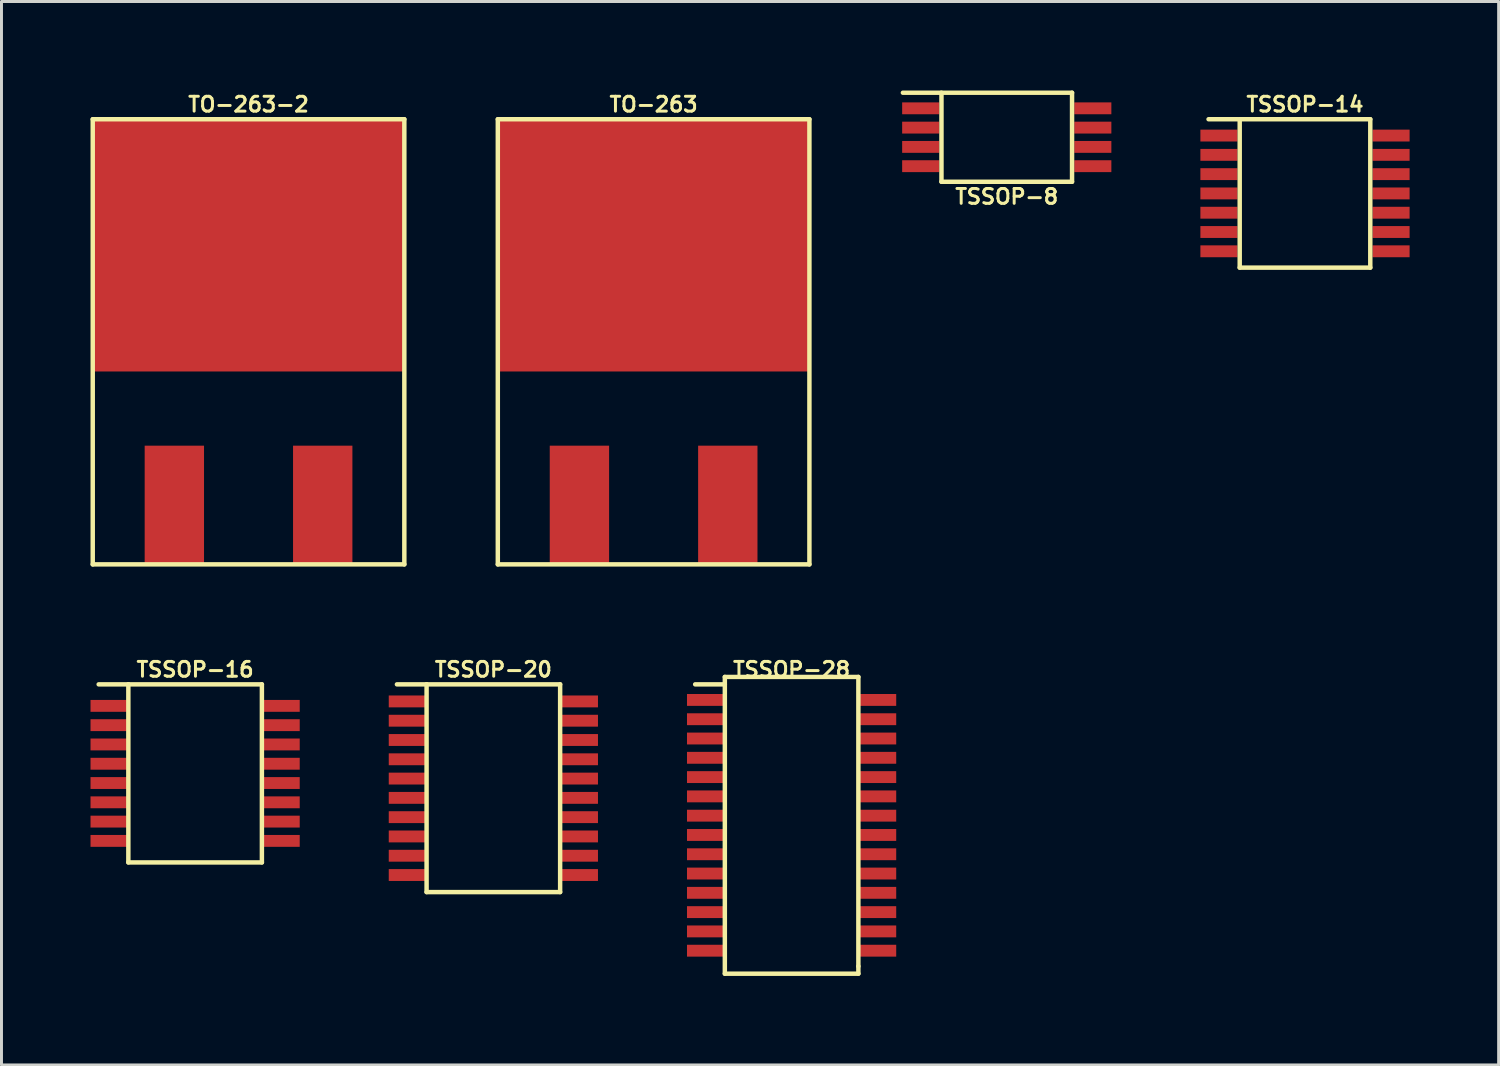
<source format=kicad_pcb>
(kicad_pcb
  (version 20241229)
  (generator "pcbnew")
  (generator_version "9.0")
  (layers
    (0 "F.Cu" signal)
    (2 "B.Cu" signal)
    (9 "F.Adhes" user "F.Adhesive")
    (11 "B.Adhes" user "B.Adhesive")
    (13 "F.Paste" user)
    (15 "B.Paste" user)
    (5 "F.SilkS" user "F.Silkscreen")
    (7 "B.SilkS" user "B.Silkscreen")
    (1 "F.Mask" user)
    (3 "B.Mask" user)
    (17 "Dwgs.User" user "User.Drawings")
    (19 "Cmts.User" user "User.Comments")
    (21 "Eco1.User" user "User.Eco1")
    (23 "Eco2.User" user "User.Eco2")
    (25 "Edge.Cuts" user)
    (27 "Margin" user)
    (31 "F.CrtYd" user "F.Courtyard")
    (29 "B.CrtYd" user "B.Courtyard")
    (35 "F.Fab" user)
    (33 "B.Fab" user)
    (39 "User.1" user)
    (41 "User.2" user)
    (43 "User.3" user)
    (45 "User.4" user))
  (footprint "TSSOP-20"
    (layer "F.Cu")
    (at 13.575 23.511)
    (property "Reference" "TSSOP-20" (at 0 -4 0) (layer "F.SilkS") (effects (font (size 0.5 0.5) (thickness 0.1))))
    (attr through_hole)
    (fp_line (start -2.25 -3.5) (end -3.25 -3.5) (stroke (width 0.15) (type solid)) (layer "F.SilkS"))
    (fp_line (start -2.25 -3.5) (end 2.25 -3.5) (stroke (width 0.15) (type solid)) (layer "F.SilkS"))
    (fp_line (start -2.25 3.5) (end -2.25 -3.5) (stroke (width 0.15) (type solid)) (layer "F.SilkS"))
    (fp_line (start -2.25 3.5) (end 2.25 3.5) (stroke (width 0.15) (type solid)) (layer "F.SilkS"))
    (fp_line (start 2.25 -3.5) (end 2.25 3.5) (stroke (width 0.15) (type solid)) (layer "F.SilkS"))
    (pad "1" smd rect (at -2.9 -2.925) (size 1.25 0.4) (layers "F.Cu" "F.Mask" "F.Paste"))
    (pad "2" smd rect (at -2.9 -2.275) (size 1.25 0.4) (layers "F.Cu" "F.Mask" "F.Paste"))
    (pad "3" smd rect (at -2.9 -1.625) (size 1.25 0.4) (layers "F.Cu" "F.Mask" "F.Paste"))
    (pad "4" smd rect (at -2.9 -0.975) (size 1.25 0.4) (layers "F.Cu" "F.Mask" "F.Paste"))
    (pad "5" smd rect (at -2.9 -0.325) (size 1.25 0.4) (layers "F.Cu" "F.Mask" "F.Paste"))
    (pad "6" smd rect (at -2.9 0.325) (size 1.25 0.4) (layers "F.Cu" "F.Mask" "F.Paste"))
    (pad "7" smd rect (at -2.9 0.975) (size 1.25 0.4) (layers "F.Cu" "F.Mask" "F.Paste"))
    (pad "8" smd rect (at -2.9 1.625) (size 1.25 0.4) (layers "F.Cu" "F.Mask" "F.Paste"))
    (pad "9" smd rect (at -2.9 2.275) (size 1.25 0.4) (layers "F.Cu" "F.Mask" "F.Paste"))
    (pad "10" smd rect (at -2.9 2.925) (size 1.25 0.4) (layers "F.Cu" "F.Mask" "F.Paste"))
    (pad "11" smd rect (at 2.9 2.925) (size 1.25 0.4) (layers "F.Cu" "F.Mask" "F.Paste"))
    (pad "12" smd rect (at 2.9 2.275) (size 1.25 0.4) (layers "F.Cu" "F.Mask" "F.Paste"))
    (pad "13" smd rect (at 2.9 1.625) (size 1.25 0.4) (layers "F.Cu" "F.Mask" "F.Paste"))
    (pad "14" smd rect (at 2.9 0.975) (size 1.25 0.4) (layers "F.Cu" "F.Mask" "F.Paste"))
    (pad "15" smd rect (at 2.9 0.325) (size 1.25 0.4) (layers "F.Cu" "F.Mask" "F.Paste"))
    (pad "16" smd rect (at 2.9 -0.325) (size 1.25 0.4) (layers "F.Cu" "F.Mask" "F.Paste"))
    (pad "17" smd rect (at 2.9 -0.975) (size 1.25 0.4) (layers "F.Cu" "F.Mask" "F.Paste"))
    (pad "18" smd rect (at 2.9 -1.625) (size 1.25 0.4) (layers "F.Cu" "F.Mask" "F.Paste"))
    (pad "19" smd rect (at 2.9 -2.275) (size 1.25 0.4) (layers "F.Cu" "F.Mask" "F.Paste"))
    (pad "20" smd rect (at 2.9 -2.925) (size 1.25 0.4) (layers "F.Cu" "F.Mask" "F.Paste")))
  (footprint "TSSOP-28"
    (layer "F.Cu")
    (at 23.625 24.761)
    (property "Reference" "TSSOP-28" (at 0 -5.25 0) (layer "F.SilkS") (effects (font (size 0.5 0.5) (thickness 0.1))))
    (attr through_hole)
    (fp_line (start -2.25 -5) (end 2.25 -5) (stroke (width 0.15) (type solid)) (layer "F.SilkS"))
    (fp_line (start -2.25 -4.75) (end -3.25 -4.75) (stroke (width 0.15) (type solid)) (layer "F.SilkS"))
    (fp_line (start -2.25 5) (end -2.25 -5) (stroke (width 0.15) (type solid)) (layer "F.SilkS"))
    (fp_line (start -2.25 5) (end 2.25 5) (stroke (width 0.15) (type solid)) (layer "F.SilkS"))
    (fp_line (start 2.25 -5) (end 2.25 4.75) (stroke (width 0.15) (type solid)) (layer "F.SilkS"))
    (fp_line (start 2.25 4.75) (end 2.25 5) (stroke (width 0.15) (type solid)) (layer "F.SilkS"))
    (pad "1" smd rect (at -2.9 -4.225) (size 1.25 0.4) (layers "F.Cu" "F.Mask" "F.Paste"))
    (pad "2" smd rect (at -2.9 -3.575) (size 1.25 0.4) (layers "F.Cu" "F.Mask" "F.Paste"))
    (pad "3" smd rect (at -2.9 -2.925) (size 1.25 0.4) (layers "F.Cu" "F.Mask" "F.Paste"))
    (pad "4" smd rect (at -2.9 -2.275) (size 1.25 0.4) (layers "F.Cu" "F.Mask" "F.Paste"))
    (pad "5" smd rect (at -2.9 -1.625) (size 1.25 0.4) (layers "F.Cu" "F.Mask" "F.Paste"))
    (pad "6" smd rect (at -2.9 -0.975) (size 1.25 0.4) (layers "F.Cu" "F.Mask" "F.Paste"))
    (pad "7" smd rect (at -2.9 -0.325) (size 1.25 0.4) (layers "F.Cu" "F.Mask" "F.Paste"))
    (pad "8" smd rect (at -2.9 0.325) (size 1.25 0.4) (layers "F.Cu" "F.Mask" "F.Paste"))
    (pad "9" smd rect (at -2.9 0.975) (size 1.25 0.4) (layers "F.Cu" "F.Mask" "F.Paste"))
    (pad "10" smd rect (at -2.9 1.625) (size 1.25 0.4) (layers "F.Cu" "F.Mask" "F.Paste"))
    (pad "11" smd rect (at -2.9 2.275) (size 1.25 0.4) (layers "F.Cu" "F.Mask" "F.Paste"))
    (pad "12" smd rect (at -2.9 2.925) (size 1.25 0.4) (layers "F.Cu" "F.Mask" "F.Paste"))
    (pad "13" smd rect (at -2.9 3.575) (size 1.25 0.4) (layers "F.Cu" "F.Mask" "F.Paste"))
    (pad "14" smd rect (at -2.9 4.225) (size 1.25 0.4) (layers "F.Cu" "F.Mask" "F.Paste"))
    (pad "15" smd rect (at 2.9 4.225) (size 1.25 0.4) (layers "F.Cu" "F.Mask" "F.Paste"))
    (pad "16" smd rect (at 2.9 3.575) (size 1.25 0.4) (layers "F.Cu" "F.Mask" "F.Paste"))
    (pad "17" smd rect (at 2.9 2.925) (size 1.25 0.4) (layers "F.Cu" "F.Mask" "F.Paste"))
    (pad "18" smd rect (at 2.9 2.275) (size 1.25 0.4) (layers "F.Cu" "F.Mask" "F.Paste"))
    (pad "19" smd rect (at 2.9 1.625) (size 1.25 0.4) (layers "F.Cu" "F.Mask" "F.Paste"))
    (pad "20" smd rect (at 2.9 0.975) (size 1.25 0.4) (layers "F.Cu" "F.Mask" "F.Paste"))
    (pad "21" smd rect (at 2.9 0.325) (size 1.25 0.4) (layers "F.Cu" "F.Mask" "F.Paste"))
    (pad "22" smd rect (at 2.9 -0.325) (size 1.25 0.4) (layers "F.Cu" "F.Mask" "F.Paste"))
    (pad "23" smd rect (at 2.9 -0.975) (size 1.25 0.4) (layers "F.Cu" "F.Mask" "F.Paste"))
    (pad "24" smd rect (at 2.9 -1.625) (size 1.25 0.4) (layers "F.Cu" "F.Mask" "F.Paste"))
    (pad "25" smd rect (at 2.9 -2.275) (size 1.25 0.4) (layers "F.Cu" "F.Mask" "F.Paste"))
    (pad "26" smd rect (at 2.9 -2.925) (size 1.25 0.4) (layers "F.Cu" "F.Mask" "F.Paste"))
    (pad "27" smd rect (at 2.9 -3.575) (size 1.25 0.4) (layers "F.Cu" "F.Mask" "F.Paste"))
    (pad "28" smd rect (at 2.9 -4.225) (size 1.25 0.4) (layers "F.Cu" "F.Mask" "F.Paste")))
  (footprint "TO-263-2"
    (layer "F.Cu")
    (at 5.325 8.468)
    (property "Reference" "TO-263-2" (at 0 -8 0) (layer "F.SilkS") (effects (font (size 0.5 0.5) (thickness 0.1))))
    (attr through_hole)
    (fp_line (start -5.25 -7.5) (end -5.25 7.5) (stroke (width 0.15) (type solid)) (layer "F.SilkS"))
    (fp_line (start -5.25 7.5) (end 5.25 7.5) (stroke (width 0.15) (type solid)) (layer "F.SilkS"))
    (fp_line (start 5.25 -7.5) (end -5.25 -7.5) (stroke (width 0.15) (type solid)) (layer "F.SilkS"))
    (fp_line (start 5.25 -7.5) (end 5.25 7.5) (stroke (width 0.15) (type solid)) (layer "F.SilkS"))
    (pad "1" smd rect (at -2.5 5.5) (size 2 4) (layers "F.Cu" "F.Mask" "F.Paste"))
    (pad "2" smd rect (at 2.5 5.5) (size 2 4) (layers "F.Cu" "F.Mask" "F.Paste"))
    (pad "K" smd rect (at 0 -3.25) (size 10.5 8.5) (layers "F.Cu" "F.Mask" "F.Paste")))
  (footprint "TSSOP-8"
    (layer "F.Cu")
    (at 30.875 1.575)
    (property "Reference" "TSSOP-8" (at 0 2 0) (layer "F.SilkS") (effects (font (size 0.5 0.5) (thickness 0.1))))
    (attr through_hole)
    (fp_line (start -2.25 -1.5) (end -3.5 -1.5) (stroke (width 0.15) (type solid)) (layer "F.SilkS"))
    (fp_line (start -2.2 -1.5) (end -2.2 1.5) (stroke (width 0.15) (type solid)) (layer "F.SilkS"))
    (fp_line (start -2.2 1.5) (end 2.2 1.5) (stroke (width 0.15) (type solid)) (layer "F.SilkS"))
    (fp_line (start 2.2 -1.5) (end -2.2 -1.5) (stroke (width 0.15) (type solid)) (layer "F.SilkS"))
    (fp_line (start 2.2 1.5) (end 2.2 -1.5) (stroke (width 0.15) (type solid)) (layer "F.SilkS"))
    (pad "1" smd rect (at -2.9 -0.975) (size 1.25 0.4) (layers "F.Cu" "F.Mask" "F.Paste"))
    (pad "2" smd rect (at -2.9 -0.325) (size 1.25 0.4) (layers "F.Cu" "F.Mask" "F.Paste"))
    (pad "3" smd rect (at -2.9 0.325) (size 1.25 0.4) (layers "F.Cu" "F.Mask" "F.Paste"))
    (pad "4" smd rect (at -2.9 0.975) (size 1.25 0.4) (layers "F.Cu" "F.Mask" "F.Paste"))
    (pad "5" smd rect (at 2.9 0.975) (size 1.25 0.4) (layers "F.Cu" "F.Mask" "F.Paste"))
    (pad "6" smd rect (at 2.9 0.325) (size 1.25 0.4) (layers "F.Cu" "F.Mask" "F.Paste"))
    (pad "7" smd rect (at 2.9 -0.325) (size 1.25 0.4) (layers "F.Cu" "F.Mask" "F.Paste"))
    (pad "8" smd rect (at 2.9 -0.975) (size 1.25 0.4) (layers "F.Cu" "F.Mask" "F.Paste")))
  (footprint "TSSOP-14"
    (layer "F.Cu")
    (at 40.925 3.468)
    (property "Reference" "TSSOP-14" (at 0 -3 0) (layer "F.SilkS") (effects (font (size 0.5 0.5) (thickness 0.1))))
    (attr through_hole)
    (fp_line (start -2.25 -2.5) (end -3.25 -2.5) (stroke (width 0.15) (type solid)) (layer "F.SilkS"))
    (fp_line (start -2.2 -2.5) (end -2.2 2.5) (stroke (width 0.15) (type solid)) (layer "F.SilkS"))
    (fp_line (start -2.2 -2.5) (end 2.2 -2.5) (stroke (width 0.15) (type solid)) (layer "F.SilkS"))
    (fp_line (start -2.2 2.5) (end 2.2 2.5) (stroke (width 0.15) (type solid)) (layer "F.SilkS"))
    (fp_line (start 2.2 -2.5) (end 2.2 2.5) (stroke (width 0.15) (type solid)) (layer "F.SilkS"))
    (pad "1" smd rect (at -2.9 -1.95) (size 1.25 0.4) (layers "F.Cu" "F.Mask" "F.Paste"))
    (pad "2" smd rect (at -2.9 -1.3) (size 1.25 0.4) (layers "F.Cu" "F.Mask" "F.Paste"))
    (pad "3" smd rect (at -2.9 -0.65) (size 1.25 0.4) (layers "F.Cu" "F.Mask" "F.Paste"))
    (pad "4" smd rect (at -2.9 0) (size 1.25 0.4) (layers "F.Cu" "F.Mask" "F.Paste"))
    (pad "5" smd rect (at -2.9 0.65) (size 1.25 0.4) (layers "F.Cu" "F.Mask" "F.Paste"))
    (pad "6" smd rect (at -2.9 1.3) (size 1.25 0.4) (layers "F.Cu" "F.Mask" "F.Paste"))
    (pad "7" smd rect (at -2.9 1.95) (size 1.25 0.4) (layers "F.Cu" "F.Mask" "F.Paste"))
    (pad "8" smd rect (at 2.9 1.95) (size 1.25 0.4) (layers "F.Cu" "F.Mask" "F.Paste"))
    (pad "9" smd rect (at 2.9 1.3) (size 1.25 0.4) (layers "F.Cu" "F.Mask" "F.Paste"))
    (pad "10" smd rect (at 2.9 0.65) (size 1.25 0.4) (layers "F.Cu" "F.Mask" "F.Paste"))
    (pad "11" smd rect (at 2.9 0) (size 1.25 0.4) (layers "F.Cu" "F.Mask" "F.Paste"))
    (pad "12" smd rect (at 2.9 -0.65) (size 1.25 0.4) (layers "F.Cu" "F.Mask" "F.Paste"))
    (pad "13" smd rect (at 2.9 -1.3) (size 1.25 0.4) (layers "F.Cu" "F.Mask" "F.Paste"))
    (pad "14" smd rect (at 2.9 -1.95) (size 1.25 0.4) (layers "F.Cu" "F.Mask" "F.Paste")))
  (footprint "TO-263"
    (layer "F.Cu")
    (at 18.975 8.468)
    (property "Reference" "TO-263" (at 0 -8 0) (layer "F.SilkS") (effects (font (size 0.5 0.5) (thickness 0.1))))
    (attr through_hole)
    (fp_line (start -5.25 -7.5) (end -5.25 7.5) (stroke (width 0.15) (type solid)) (layer "F.SilkS"))
    (fp_line (start -5.25 7.5) (end 5.25 7.5) (stroke (width 0.15) (type solid)) (layer "F.SilkS"))
    (fp_line (start 5.25 -7.5) (end -5.25 -7.5) (stroke (width 0.15) (type solid)) (layer "F.SilkS"))
    (fp_line (start 5.25 -7.5) (end 5.25 7.5) (stroke (width 0.15) (type solid)) (layer "F.SilkS"))
    (pad "1" smd rect (at -2.5 5.5) (size 2 4) (layers "F.Cu" "F.Mask" "F.Paste"))
    (pad "2" smd rect (at 0 -3.25) (size 10.5 8.5) (layers "F.Cu" "F.Mask" "F.Paste"))
    (pad "3" smd rect (at 2.5 5.5) (size 2 4) (layers "F.Cu" "F.Mask" "F.Paste")))
  (footprint "TSSOP-16"
    (layer "F.Cu")
    (at 3.525 23.011)
    (property "Reference" "TSSOP-16" (at 0 -3.5 0) (layer "F.SilkS") (effects (font (size 0.5 0.5) (thickness 0.1))))
    (attr through_hole)
    (fp_line (start -2.25 -3) (end -3.25 -3) (stroke (width 0.15) (type solid)) (layer "F.SilkS"))
    (fp_line (start -2.25 -3) (end 2.25 -3) (stroke (width 0.15) (type solid)) (layer "F.SilkS"))
    (fp_line (start -2.25 3) (end -2.25 -3) (stroke (width 0.15) (type solid)) (layer "F.SilkS"))
    (fp_line (start -2.25 3) (end 2.25 3) (stroke (width 0.15) (type solid)) (layer "F.SilkS"))
    (fp_line (start 2.25 3) (end 2.25 -3) (stroke (width 0.15) (type solid)) (layer "F.SilkS"))
    (pad "1" smd rect (at -2.9 -2.275) (size 1.25 0.4) (layers "F.Cu" "F.Mask" "F.Paste"))
    (pad "2" smd rect (at -2.9 -1.625) (size 1.25 0.4) (layers "F.Cu" "F.Mask" "F.Paste"))
    (pad "3" smd rect (at -2.9 -0.975) (size 1.25 0.4) (layers "F.Cu" "F.Mask" "F.Paste"))
    (pad "4" smd rect (at -2.9 -0.325) (size 1.25 0.4) (layers "F.Cu" "F.Mask" "F.Paste"))
    (pad "5" smd rect (at -2.9 0.325) (size 1.25 0.4) (layers "F.Cu" "F.Mask" "F.Paste"))
    (pad "6" smd rect (at -2.9 0.975) (size 1.25 0.4) (layers "F.Cu" "F.Mask" "F.Paste"))
    (pad "7" smd rect (at -2.9 1.625) (size 1.25 0.4) (layers "F.Cu" "F.Mask" "F.Paste"))
    (pad "8" smd rect (at -2.9 2.275) (size 1.25 0.4) (layers "F.Cu" "F.Mask" "F.Paste"))
    (pad "9" smd rect (at 2.9 2.275) (size 1.25 0.4) (layers "F.Cu" "F.Mask" "F.Paste"))
    (pad "10" smd rect (at 2.9 1.625) (size 1.25 0.4) (layers "F.Cu" "F.Mask" "F.Paste"))
    (pad "11" smd rect (at 2.9 0.975) (size 1.25 0.4) (layers "F.Cu" "F.Mask" "F.Paste"))
    (pad "12" smd rect (at 2.9 0.325) (size 1.25 0.4) (layers "F.Cu" "F.Mask" "F.Paste"))
    (pad "13" smd rect (at 2.9 -0.325) (size 1.25 0.4) (layers "F.Cu" "F.Mask" "F.Paste"))
    (pad "14" smd rect (at 2.9 -0.975) (size 1.25 0.4) (layers "F.Cu" "F.Mask" "F.Paste"))
    (pad "15" smd rect (at 2.9 -1.625) (size 1.25 0.4) (layers "F.Cu" "F.Mask" "F.Paste"))
    (pad "16" smd rect (at 2.9 -2.275) (size 1.25 0.4) (layers "F.Cu" "F.Mask" "F.Paste")))
  (gr_rect
    (start -3 -3)
    (end 47.45 32.836)
    (stroke (width 0.1) (type default))
    (fill no)
    (layer "Edge.Cuts")))
</source>
